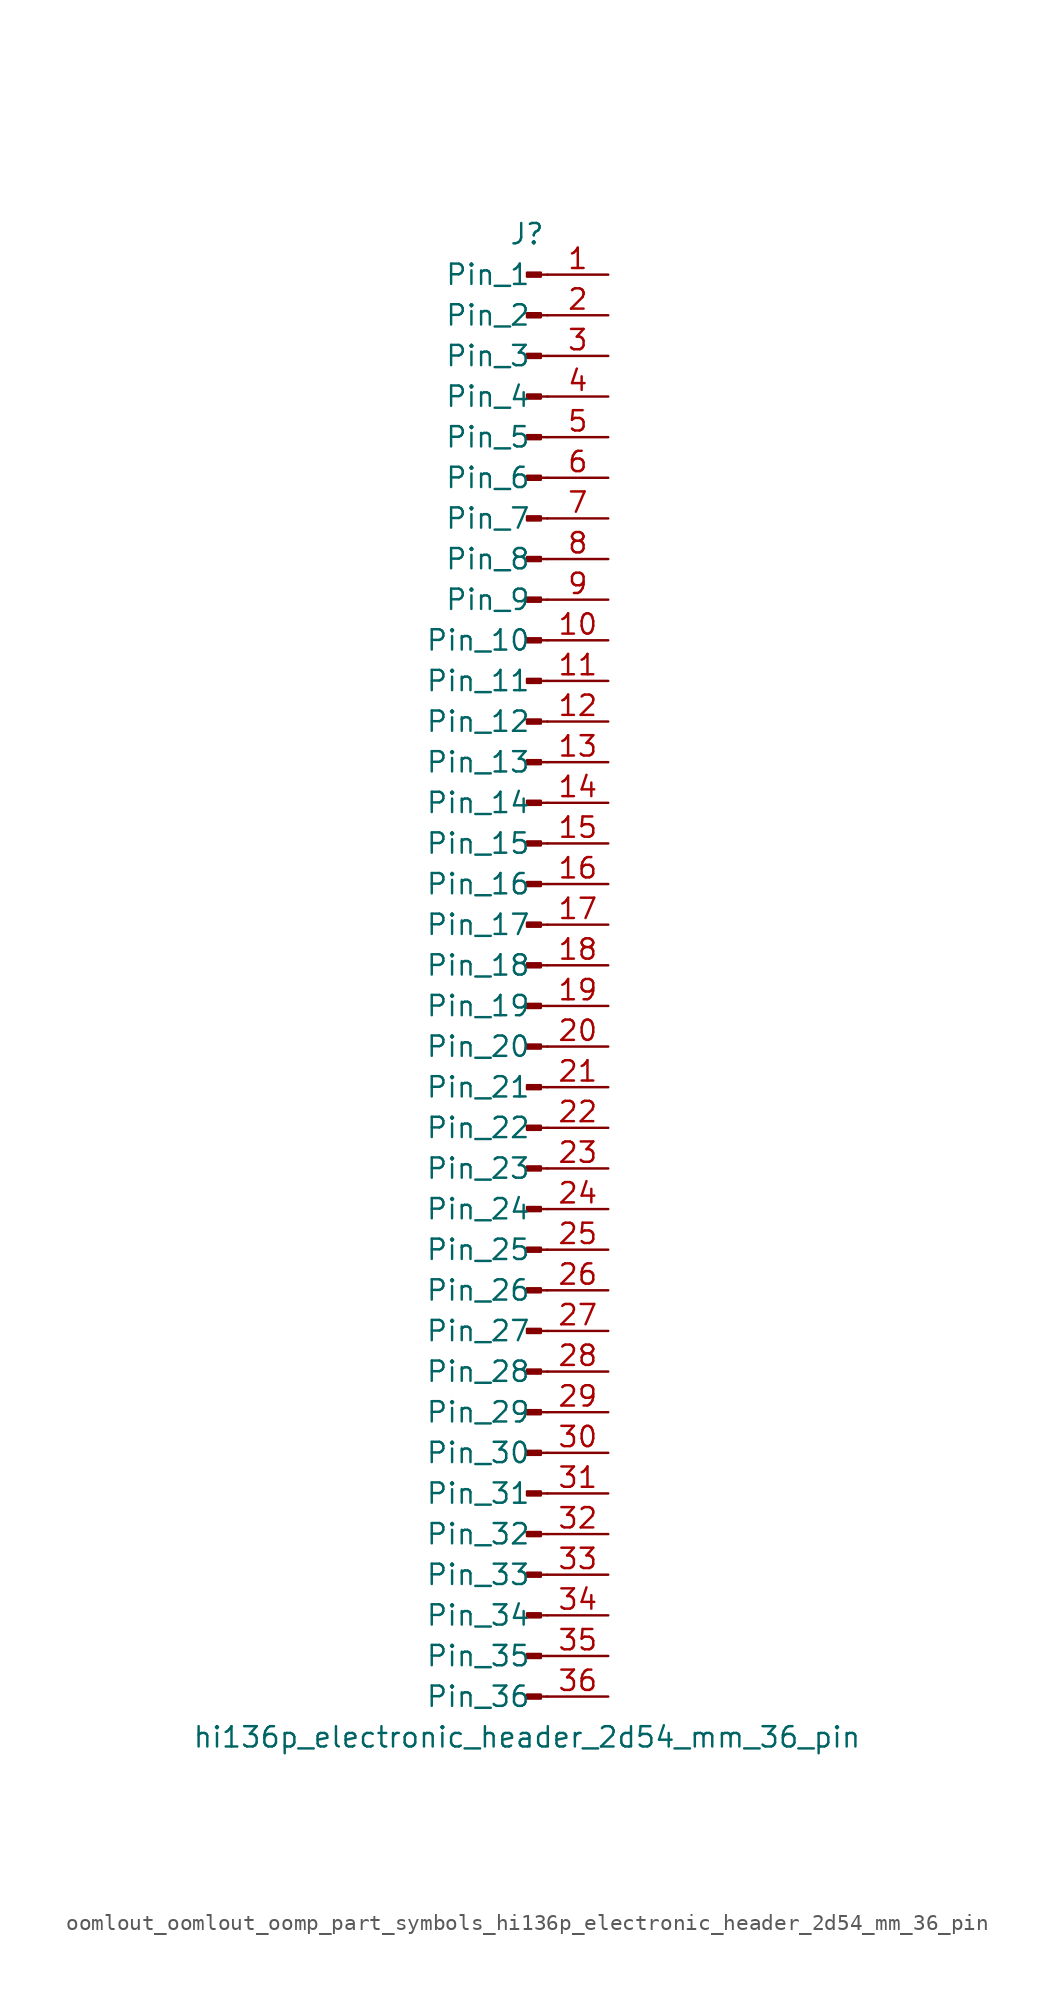
<source format=kicad_sym>
(kicad_symbol_lib
  (version 20220914)
  (generator kicad_symbol_editor)
  (symbol "oomlout_oomlout_oomp_part_symbols_hi136p_electronic_header_2d54_mm_36_pin"
    (pin_names
      (offset 1.016))
    (property "Reference" "J"
      (at 0 45.72 0)
      (effects (font (size 1.27 1.27))))
    (property "Value" "hi136p_electronic_header_2d54_mm_36_pin"
      (at 0 -48.26 0)
      (effects (font (size 1.27 1.27))))
    (property "ki_locked" ""
      (at 0 0 0)
      (effects (font (size 1.27 1.27))))
    (symbol "oomlout_oomlout_oomp_part_symbols_hi136p_electronic_header_2d54_mm_36_pin_1_1"
      (polyline (pts (xy 1.27 -45.72) (xy 0.864 -45.72)) (stroke (width 0.152) (type default)) (fill (type none)))
      (polyline (pts (xy 1.27 -43.18) (xy 0.864 -43.18)) (stroke (width 0.152) (type default)) (fill (type none)))
      (polyline (pts (xy 1.27 -40.64) (xy 0.864 -40.64)) (stroke (width 0.152) (type default)) (fill (type none)))
      (polyline (pts (xy 1.27 -38.1) (xy 0.864 -38.1)) (stroke (width 0.152) (type default)) (fill (type none)))
      (polyline (pts (xy 1.27 -35.56) (xy 0.864 -35.56)) (stroke (width 0.152) (type default)) (fill (type none)))
      (polyline (pts (xy 1.27 -33.02) (xy 0.864 -33.02)) (stroke (width 0.152) (type default)) (fill (type none)))
      (polyline (pts (xy 1.27 -30.48) (xy 0.864 -30.48)) (stroke (width 0.152) (type default)) (fill (type none)))
      (polyline (pts (xy 1.27 -27.94) (xy 0.864 -27.94)) (stroke (width 0.152) (type default)) (fill (type none)))
      (polyline (pts (xy 1.27 -25.4) (xy 0.864 -25.4)) (stroke (width 0.152) (type default)) (fill (type none)))
      (polyline (pts (xy 1.27 -22.86) (xy 0.864 -22.86)) (stroke (width 0.152) (type default)) (fill (type none)))
      (polyline (pts (xy 1.27 -20.32) (xy 0.864 -20.32)) (stroke (width 0.152) (type default)) (fill (type none)))
      (polyline (pts (xy 1.27 -17.78) (xy 0.864 -17.78)) (stroke (width 0.152) (type default)) (fill (type none)))
      (polyline (pts (xy 1.27 -15.24) (xy 0.864 -15.24)) (stroke (width 0.152) (type default)) (fill (type none)))
      (polyline (pts (xy 1.27 -12.7) (xy 0.864 -12.7)) (stroke (width 0.152) (type default)) (fill (type none)))
      (polyline (pts (xy 1.27 -10.16) (xy 0.864 -10.16)) (stroke (width 0.152) (type default)) (fill (type none)))
      (polyline (pts (xy 1.27 -7.62) (xy 0.864 -7.62)) (stroke (width 0.152) (type default)) (fill (type none)))
      (polyline (pts (xy 1.27 -5.08) (xy 0.864 -5.08)) (stroke (width 0.152) (type default)) (fill (type none)))
      (polyline (pts (xy 1.27 -2.54) (xy 0.864 -2.54)) (stroke (width 0.152) (type default)) (fill (type none)))
      (polyline (pts (xy 1.27 0) (xy 0.864 0)) (stroke (width 0.152) (type default)) (fill (type none)))
      (polyline (pts (xy 1.27 2.54) (xy 0.864 2.54)) (stroke (width 0.152) (type default)) (fill (type none)))
      (polyline (pts (xy 1.27 5.08) (xy 0.864 5.08)) (stroke (width 0.152) (type default)) (fill (type none)))
      (polyline (pts (xy 1.27 7.62) (xy 0.864 7.62)) (stroke (width 0.152) (type default)) (fill (type none)))
      (polyline (pts (xy 1.27 10.16) (xy 0.864 10.16)) (stroke (width 0.152) (type default)) (fill (type none)))
      (polyline (pts (xy 1.27 12.7) (xy 0.864 12.7)) (stroke (width 0.152) (type default)) (fill (type none)))
      (polyline (pts (xy 1.27 15.24) (xy 0.864 15.24)) (stroke (width 0.152) (type default)) (fill (type none)))
      (polyline (pts (xy 1.27 17.78) (xy 0.864 17.78)) (stroke (width 0.152) (type default)) (fill (type none)))
      (polyline (pts (xy 1.27 20.32) (xy 0.864 20.32)) (stroke (width 0.152) (type default)) (fill (type none)))
      (polyline (pts (xy 1.27 22.86) (xy 0.864 22.86)) (stroke (width 0.152) (type default)) (fill (type none)))
      (polyline (pts (xy 1.27 25.4) (xy 0.864 25.4)) (stroke (width 0.152) (type default)) (fill (type none)))
      (polyline (pts (xy 1.27 27.94) (xy 0.864 27.94)) (stroke (width 0.152) (type default)) (fill (type none)))
      (polyline (pts (xy 1.27 30.48) (xy 0.864 30.48)) (stroke (width 0.152) (type default)) (fill (type none)))
      (polyline (pts (xy 1.27 33.02) (xy 0.864 33.02)) (stroke (width 0.152) (type default)) (fill (type none)))
      (polyline (pts (xy 1.27 35.56) (xy 0.864 35.56)) (stroke (width 0.152) (type default)) (fill (type none)))
      (polyline (pts (xy 1.27 38.1) (xy 0.864 38.1)) (stroke (width 0.152) (type default)) (fill (type none)))
      (polyline (pts (xy 1.27 40.64) (xy 0.864 40.64)) (stroke (width 0.152) (type default)) (fill (type none)))
      (polyline (pts (xy 1.27 43.18) (xy 0.864 43.18)) (stroke (width 0.152) (type default)) (fill (type none)))
      (rectangle (start 0.864 -45.593) (end 0 -45.847) (stroke (width 0.152) (type default)) (fill (type outline)))
      (rectangle (start 0.864 -43.053) (end 0 -43.307) (stroke (width 0.152) (type default)) (fill (type outline)))
      (rectangle (start 0.864 -40.513) (end 0 -40.767) (stroke (width 0.152) (type default)) (fill (type outline)))
      (rectangle (start 0.864 -37.973) (end 0 -38.227) (stroke (width 0.152) (type default)) (fill (type outline)))
      (rectangle (start 0.864 -35.433) (end 0 -35.687) (stroke (width 0.152) (type default)) (fill (type outline)))
      (rectangle (start 0.864 -32.893) (end 0 -33.147) (stroke (width 0.152) (type default)) (fill (type outline)))
      (rectangle (start 0.864 -30.353) (end 0 -30.607) (stroke (width 0.152) (type default)) (fill (type outline)))
      (rectangle (start 0.864 -27.813) (end 0 -28.067) (stroke (width 0.152) (type default)) (fill (type outline)))
      (rectangle (start 0.864 -25.273) (end 0 -25.527) (stroke (width 0.152) (type default)) (fill (type outline)))
      (rectangle (start 0.864 -22.733) (end 0 -22.987) (stroke (width 0.152) (type default)) (fill (type outline)))
      (rectangle (start 0.864 -20.193) (end 0 -20.447) (stroke (width 0.152) (type default)) (fill (type outline)))
      (rectangle (start 0.864 -17.653) (end 0 -17.907) (stroke (width 0.152) (type default)) (fill (type outline)))
      (rectangle (start 0.864 -15.113) (end 0 -15.367) (stroke (width 0.152) (type default)) (fill (type outline)))
      (rectangle (start 0.864 -12.573) (end 0 -12.827) (stroke (width 0.152) (type default)) (fill (type outline)))
      (rectangle (start 0.864 -10.033) (end 0 -10.287) (stroke (width 0.152) (type default)) (fill (type outline)))
      (rectangle (start 0.864 -7.493) (end 0 -7.747) (stroke (width 0.152) (type default)) (fill (type outline)))
      (rectangle (start 0.864 -4.953) (end 0 -5.207) (stroke (width 0.152) (type default)) (fill (type outline)))
      (rectangle (start 0.864 -2.413) (end 0 -2.667) (stroke (width 0.152) (type default)) (fill (type outline)))
      (rectangle (start 0.864 0.127) (end 0 -0.127) (stroke (width 0.152) (type default)) (fill (type outline)))
      (rectangle (start 0.864 2.667) (end 0 2.413) (stroke (width 0.152) (type default)) (fill (type outline)))
      (rectangle (start 0.864 5.207) (end 0 4.953) (stroke (width 0.152) (type default)) (fill (type outline)))
      (rectangle (start 0.864 7.747) (end 0 7.493) (stroke (width 0.152) (type default)) (fill (type outline)))
      (rectangle (start 0.864 10.287) (end 0 10.033) (stroke (width 0.152) (type default)) (fill (type outline)))
      (rectangle (start 0.864 12.827) (end 0 12.573) (stroke (width 0.152) (type default)) (fill (type outline)))
      (rectangle (start 0.864 15.367) (end 0 15.113) (stroke (width 0.152) (type default)) (fill (type outline)))
      (rectangle (start 0.864 17.907) (end 0 17.653) (stroke (width 0.152) (type default)) (fill (type outline)))
      (rectangle (start 0.864 20.447) (end 0 20.193) (stroke (width 0.152) (type default)) (fill (type outline)))
      (rectangle (start 0.864 22.987) (end 0 22.733) (stroke (width 0.152) (type default)) (fill (type outline)))
      (rectangle (start 0.864 25.527) (end 0 25.273) (stroke (width 0.152) (type default)) (fill (type outline)))
      (rectangle (start 0.864 28.067) (end 0 27.813) (stroke (width 0.152) (type default)) (fill (type outline)))
      (rectangle (start 0.864 30.607) (end 0 30.353) (stroke (width 0.152) (type default)) (fill (type outline)))
      (rectangle (start 0.864 33.147) (end 0 32.893) (stroke (width 0.152) (type default)) (fill (type outline)))
      (rectangle (start 0.864 35.687) (end 0 35.433) (stroke (width 0.152) (type default)) (fill (type outline)))
      (rectangle (start 0.864 38.227) (end 0 37.973) (stroke (width 0.152) (type default)) (fill (type outline)))
      (rectangle (start 0.864 40.767) (end 0 40.513) (stroke (width 0.152) (type default)) (fill (type outline)))
      (rectangle (start 0.864 43.307) (end 0 43.053) (stroke (width 0.152) (type default)) (fill (type outline)))
      (pin passive line (at 5.08 43.18 180) (length 3.81) (name "Pin_1" (effects (font (size 1.27 1.27)))) (number "1" (effects (font (size 1.27 1.27)))))
      (pin passive line (at 5.08 20.32 180) (length 3.81) (name "Pin_10" (effects (font (size 1.27 1.27)))) (number "10" (effects (font (size 1.27 1.27)))))
      (pin passive line (at 5.08 17.78 180) (length 3.81) (name "Pin_11" (effects (font (size 1.27 1.27)))) (number "11" (effects (font (size 1.27 1.27)))))
      (pin passive line (at 5.08 15.24 180) (length 3.81) (name "Pin_12" (effects (font (size 1.27 1.27)))) (number "12" (effects (font (size 1.27 1.27)))))
      (pin passive line (at 5.08 12.7 180) (length 3.81) (name "Pin_13" (effects (font (size 1.27 1.27)))) (number "13" (effects (font (size 1.27 1.27)))))
      (pin passive line (at 5.08 10.16 180) (length 3.81) (name "Pin_14" (effects (font (size 1.27 1.27)))) (number "14" (effects (font (size 1.27 1.27)))))
      (pin passive line (at 5.08 7.62 180) (length 3.81) (name "Pin_15" (effects (font (size 1.27 1.27)))) (number "15" (effects (font (size 1.27 1.27)))))
      (pin passive line (at 5.08 5.08 180) (length 3.81) (name "Pin_16" (effects (font (size 1.27 1.27)))) (number "16" (effects (font (size 1.27 1.27)))))
      (pin passive line (at 5.08 2.54 180) (length 3.81) (name "Pin_17" (effects (font (size 1.27 1.27)))) (number "17" (effects (font (size 1.27 1.27)))))
      (pin passive line (at 5.08 0 180) (length 3.81) (name "Pin_18" (effects (font (size 1.27 1.27)))) (number "18" (effects (font (size 1.27 1.27)))))
      (pin passive line (at 5.08 -2.54 180) (length 3.81) (name "Pin_19" (effects (font (size 1.27 1.27)))) (number "19" (effects (font (size 1.27 1.27)))))
      (pin passive line (at 5.08 40.64 180) (length 3.81) (name "Pin_2" (effects (font (size 1.27 1.27)))) (number "2" (effects (font (size 1.27 1.27)))))
      (pin passive line (at 5.08 -5.08 180) (length 3.81) (name "Pin_20" (effects (font (size 1.27 1.27)))) (number "20" (effects (font (size 1.27 1.27)))))
      (pin passive line (at 5.08 -7.62 180) (length 3.81) (name "Pin_21" (effects (font (size 1.27 1.27)))) (number "21" (effects (font (size 1.27 1.27)))))
      (pin passive line (at 5.08 -10.16 180) (length 3.81) (name "Pin_22" (effects (font (size 1.27 1.27)))) (number "22" (effects (font (size 1.27 1.27)))))
      (pin passive line (at 5.08 -12.7 180) (length 3.81) (name "Pin_23" (effects (font (size 1.27 1.27)))) (number "23" (effects (font (size 1.27 1.27)))))
      (pin passive line (at 5.08 -15.24 180) (length 3.81) (name "Pin_24" (effects (font (size 1.27 1.27)))) (number "24" (effects (font (size 1.27 1.27)))))
      (pin passive line (at 5.08 -17.78 180) (length 3.81) (name "Pin_25" (effects (font (size 1.27 1.27)))) (number "25" (effects (font (size 1.27 1.27)))))
      (pin passive line (at 5.08 -20.32 180) (length 3.81) (name "Pin_26" (effects (font (size 1.27 1.27)))) (number "26" (effects (font (size 1.27 1.27)))))
      (pin passive line (at 5.08 -22.86 180) (length 3.81) (name "Pin_27" (effects (font (size 1.27 1.27)))) (number "27" (effects (font (size 1.27 1.27)))))
      (pin passive line (at 5.08 -25.4 180) (length 3.81) (name "Pin_28" (effects (font (size 1.27 1.27)))) (number "28" (effects (font (size 1.27 1.27)))))
      (pin passive line (at 5.08 -27.94 180) (length 3.81) (name "Pin_29" (effects (font (size 1.27 1.27)))) (number "29" (effects (font (size 1.27 1.27)))))
      (pin passive line (at 5.08 38.1 180) (length 3.81) (name "Pin_3" (effects (font (size 1.27 1.27)))) (number "3" (effects (font (size 1.27 1.27)))))
      (pin passive line (at 5.08 -30.48 180) (length 3.81) (name "Pin_30" (effects (font (size 1.27 1.27)))) (number "30" (effects (font (size 1.27 1.27)))))
      (pin passive line (at 5.08 -33.02 180) (length 3.81) (name "Pin_31" (effects (font (size 1.27 1.27)))) (number "31" (effects (font (size 1.27 1.27)))))
      (pin passive line (at 5.08 -35.56 180) (length 3.81) (name "Pin_32" (effects (font (size 1.27 1.27)))) (number "32" (effects (font (size 1.27 1.27)))))
      (pin passive line (at 5.08 -38.1 180) (length 3.81) (name "Pin_33" (effects (font (size 1.27 1.27)))) (number "33" (effects (font (size 1.27 1.27)))))
      (pin passive line (at 5.08 -40.64 180) (length 3.81) (name "Pin_34" (effects (font (size 1.27 1.27)))) (number "34" (effects (font (size 1.27 1.27)))))
      (pin passive line (at 5.08 -43.18 180) (length 3.81) (name "Pin_35" (effects (font (size 1.27 1.27)))) (number "35" (effects (font (size 1.27 1.27)))))
      (pin passive line (at 5.08 -45.72 180) (length 3.81) (name "Pin_36" (effects (font (size 1.27 1.27)))) (number "36" (effects (font (size 1.27 1.27)))))
      (pin passive line (at 5.08 35.56 180) (length 3.81) (name "Pin_4" (effects (font (size 1.27 1.27)))) (number "4" (effects (font (size 1.27 1.27)))))
      (pin passive line (at 5.08 33.02 180) (length 3.81) (name "Pin_5" (effects (font (size 1.27 1.27)))) (number "5" (effects (font (size 1.27 1.27)))))
      (pin passive line (at 5.08 30.48 180) (length 3.81) (name "Pin_6" (effects (font (size 1.27 1.27)))) (number "6" (effects (font (size 1.27 1.27)))))
      (pin passive line (at 5.08 27.94 180) (length 3.81) (name "Pin_7" (effects (font (size 1.27 1.27)))) (number "7" (effects (font (size 1.27 1.27)))))
      (pin passive line (at 5.08 25.4 180) (length 3.81) (name "Pin_8" (effects (font (size 1.27 1.27)))) (number "8" (effects (font (size 1.27 1.27)))))
      (pin passive line (at 5.08 22.86 180) (length 3.81) (name "Pin_9" (effects (font (size 1.27 1.27)))) (number "9" (effects (font (size 1.27 1.27))))))))
</source>
